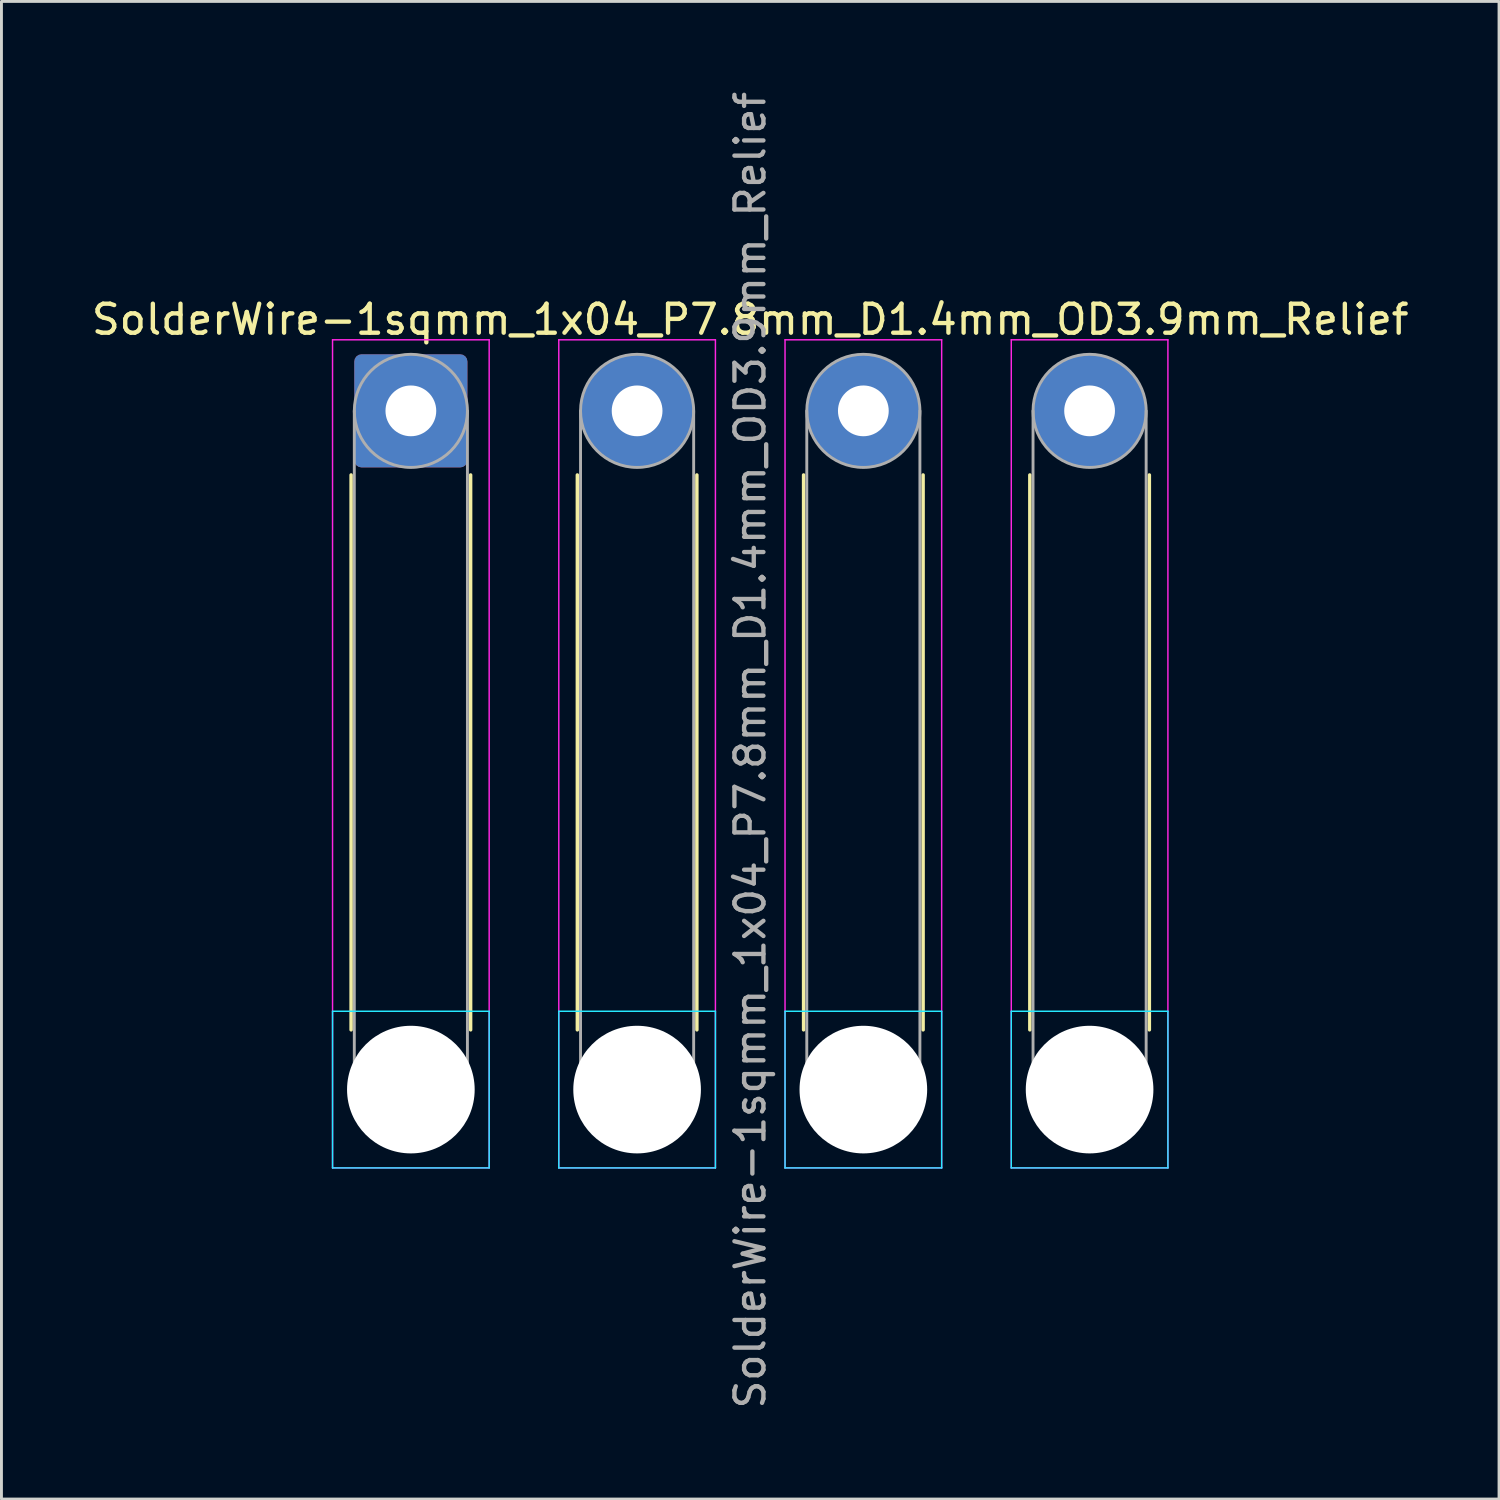
<source format=kicad_pcb>
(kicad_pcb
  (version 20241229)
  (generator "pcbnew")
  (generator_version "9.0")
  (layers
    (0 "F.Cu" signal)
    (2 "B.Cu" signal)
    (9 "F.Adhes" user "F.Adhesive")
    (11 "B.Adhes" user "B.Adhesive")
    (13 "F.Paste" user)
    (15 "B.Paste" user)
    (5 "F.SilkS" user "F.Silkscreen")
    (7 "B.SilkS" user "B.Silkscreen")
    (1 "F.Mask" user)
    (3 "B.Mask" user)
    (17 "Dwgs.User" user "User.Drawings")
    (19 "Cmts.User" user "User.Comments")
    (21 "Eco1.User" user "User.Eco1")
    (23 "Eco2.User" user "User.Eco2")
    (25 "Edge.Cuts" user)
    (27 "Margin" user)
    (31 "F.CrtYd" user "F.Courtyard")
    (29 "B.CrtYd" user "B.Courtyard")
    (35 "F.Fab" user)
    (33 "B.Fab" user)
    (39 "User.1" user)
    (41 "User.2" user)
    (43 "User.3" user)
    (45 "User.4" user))
  (footprint "SolderWire-1sqmm_1x04_P7.8mm_D1.4mm_OD3.9mm_Relief"
    (layer "F.Cu")
    (at 11.115 11.115)
    (property "Reference" "SolderWire-1sqmm_1x04_P7.8mm_D1.4mm_OD3.9mm_Relief" (at 11.7 -3.15 0) (layer "F.SilkS") (effects (font (size 1 1) (thickness 0.15))))
    (attr exclude_from_pos_files exclude_from_bom)
    (fp_line (start -2.06 2.21) (end -2.06 21.34) (stroke (width 0.12) (type solid)) (layer "F.SilkS"))
    (fp_line (start 2.06 2.21) (end 2.06 21.34) (stroke (width 0.12) (type solid)) (layer "F.SilkS"))
    (fp_line (start 5.74 2.21) (end 5.74 21.34) (stroke (width 0.12) (type solid)) (layer "F.SilkS"))
    (fp_line (start 9.86 2.21) (end 9.86 21.34) (stroke (width 0.12) (type solid)) (layer "F.SilkS"))
    (fp_line (start 13.54 2.21) (end 13.54 21.34) (stroke (width 0.12) (type solid)) (layer "F.SilkS"))
    (fp_line (start 17.66 2.21) (end 17.66 21.34) (stroke (width 0.12) (type solid)) (layer "F.SilkS"))
    (fp_line (start 21.34 2.21) (end 21.34 21.34) (stroke (width 0.12) (type solid)) (layer "F.SilkS"))
    (fp_line (start 25.46 2.21) (end 25.46 21.34) (stroke (width 0.12) (type solid)) (layer "F.SilkS"))
    (fp_line (start -2.7 20.7) (end -2.7 26.1) (stroke (width 0.05) (type solid)) (layer "B.CrtYd"))
    (fp_line (start -2.7 26.1) (end 2.7 26.1) (stroke (width 0.05) (type solid)) (layer "B.CrtYd"))
    (fp_line (start 2.7 20.7) (end -2.7 20.7) (stroke (width 0.05) (type solid)) (layer "B.CrtYd"))
    (fp_line (start 2.7 26.1) (end 2.7 20.7) (stroke (width 0.05) (type solid)) (layer "B.CrtYd"))
    (fp_line (start 5.1 20.7) (end 5.1 26.1) (stroke (width 0.05) (type solid)) (layer "B.CrtYd"))
    (fp_line (start 5.1 26.1) (end 10.5 26.1) (stroke (width 0.05) (type solid)) (layer "B.CrtYd"))
    (fp_line (start 10.5 20.7) (end 5.1 20.7) (stroke (width 0.05) (type solid)) (layer "B.CrtYd"))
    (fp_line (start 10.5 26.1) (end 10.5 20.7) (stroke (width 0.05) (type solid)) (layer "B.CrtYd"))
    (fp_line (start 12.9 20.7) (end 12.9 26.1) (stroke (width 0.05) (type solid)) (layer "B.CrtYd"))
    (fp_line (start 12.9 26.1) (end 18.3 26.1) (stroke (width 0.05) (type solid)) (layer "B.CrtYd"))
    (fp_line (start 18.3 20.7) (end 12.9 20.7) (stroke (width 0.05) (type solid)) (layer "B.CrtYd"))
    (fp_line (start 18.3 26.1) (end 18.3 20.7) (stroke (width 0.05) (type solid)) (layer "B.CrtYd"))
    (fp_line (start 20.7 20.7) (end 20.7 26.1) (stroke (width 0.05) (type solid)) (layer "B.CrtYd"))
    (fp_line (start 20.7 26.1) (end 26.1 26.1) (stroke (width 0.05) (type solid)) (layer "B.CrtYd"))
    (fp_line (start 26.1 20.7) (end 20.7 20.7) (stroke (width 0.05) (type solid)) (layer "B.CrtYd"))
    (fp_line (start 26.1 26.1) (end 26.1 20.7) (stroke (width 0.05) (type solid)) (layer "B.CrtYd"))
    (fp_line (start -2.7 -2.45) (end -2.7 26.1) (stroke (width 0.05) (type solid)) (layer "F.CrtYd"))
    (fp_line (start -2.7 26.1) (end 2.7 26.1) (stroke (width 0.05) (type solid)) (layer "F.CrtYd"))
    (fp_line (start 2.7 -2.45) (end -2.7 -2.45) (stroke (width 0.05) (type solid)) (layer "F.CrtYd"))
    (fp_line (start 2.7 26.1) (end 2.7 -2.45) (stroke (width 0.05) (type solid)) (layer "F.CrtYd"))
    (fp_line (start 5.1 -2.45) (end 5.1 26.1) (stroke (width 0.05) (type solid)) (layer "F.CrtYd"))
    (fp_line (start 5.1 26.1) (end 10.5 26.1) (stroke (width 0.05) (type solid)) (layer "F.CrtYd"))
    (fp_line (start 10.5 -2.45) (end 5.1 -2.45) (stroke (width 0.05) (type solid)) (layer "F.CrtYd"))
    (fp_line (start 10.5 26.1) (end 10.5 -2.45) (stroke (width 0.05) (type solid)) (layer "F.CrtYd"))
    (fp_line (start 12.9 -2.45) (end 12.9 26.1) (stroke (width 0.05) (type solid)) (layer "F.CrtYd"))
    (fp_line (start 12.9 26.1) (end 18.3 26.1) (stroke (width 0.05) (type solid)) (layer "F.CrtYd"))
    (fp_line (start 18.3 -2.45) (end 12.9 -2.45) (stroke (width 0.05) (type solid)) (layer "F.CrtYd"))
    (fp_line (start 18.3 26.1) (end 18.3 -2.45) (stroke (width 0.05) (type solid)) (layer "F.CrtYd"))
    (fp_line (start 20.7 -2.45) (end 20.7 26.1) (stroke (width 0.05) (type solid)) (layer "F.CrtYd"))
    (fp_line (start 20.7 26.1) (end 26.1 26.1) (stroke (width 0.05) (type solid)) (layer "F.CrtYd"))
    (fp_line (start 26.1 -2.45) (end 20.7 -2.45) (stroke (width 0.05) (type solid)) (layer "F.CrtYd"))
    (fp_line (start 26.1 26.1) (end 26.1 -2.45) (stroke (width 0.05) (type solid)) (layer "F.CrtYd"))
    (fp_line (start -1.95 0) (end -1.95 23.4) (stroke (width 0.1) (type solid)) (layer "F.Fab"))
    (fp_line (start 1.95 0) (end 1.95 23.4) (stroke (width 0.1) (type solid)) (layer "F.Fab"))
    (fp_line (start 5.85 0) (end 5.85 23.4) (stroke (width 0.1) (type solid)) (layer "F.Fab"))
    (fp_line (start 9.75 0) (end 9.75 23.4) (stroke (width 0.1) (type solid)) (layer "F.Fab"))
    (fp_line (start 13.65 0) (end 13.65 23.4) (stroke (width 0.1) (type solid)) (layer "F.Fab"))
    (fp_line (start 17.55 0) (end 17.55 23.4) (stroke (width 0.1) (type solid)) (layer "F.Fab"))
    (fp_line (start 21.45 0) (end 21.45 23.4) (stroke (width 0.1) (type solid)) (layer "F.Fab"))
    (fp_line (start 25.35 0) (end 25.35 23.4) (stroke (width 0.1) (type solid)) (layer "F.Fab"))
    (fp_circle (center 0 0) (end 1.95 0) (stroke (width 0.1) (type solid)) (fill no) (layer "F.Fab"))
    (fp_circle (center 0 23.4) (end 1.95 23.4) (stroke (width 0.1) (type solid)) (fill no) (layer "F.Fab"))
    (fp_circle (center 7.8 0) (end 9.75 0) (stroke (width 0.1) (type solid)) (fill no) (layer "F.Fab"))
    (fp_circle (center 7.8 23.4) (end 9.75 23.4) (stroke (width 0.1) (type solid)) (fill no) (layer "F.Fab"))
    (fp_circle (center 15.6 0) (end 17.55 0) (stroke (width 0.1) (type solid)) (fill no) (layer "F.Fab"))
    (fp_circle (center 15.6 23.4) (end 17.55 23.4) (stroke (width 0.1) (type solid)) (fill no) (layer "F.Fab"))
    (fp_circle (center 23.4 0) (end 25.35 0) (stroke (width 0.1) (type solid)) (fill no) (layer "F.Fab"))
    (fp_circle (center 23.4 23.4) (end 25.35 23.4) (stroke (width 0.1) (type solid)) (fill no) (layer "F.Fab"))
    (fp_text user "${REFERENCE}" (at 11.7 11.7 90) (layer "F.Fab") (effects (font (size 1 1) (thickness 0.15))))
    (pad "" np_thru_hole circle (at 0 23.4) (size 4.4 4.4) (drill 4.4) (layers "*.Cu" "*.Mask"))
    (pad "" np_thru_hole circle (at 7.8 23.4) (size 4.4 4.4) (drill 4.4) (layers "*.Cu" "*.Mask"))
    (pad "" np_thru_hole circle (at 15.6 23.4) (size 4.4 4.4) (drill 4.4) (layers "*.Cu" "*.Mask"))
    (pad "" np_thru_hole circle (at 23.4 23.4) (size 4.4 4.4) (drill 4.4) (layers "*.Cu" "*.Mask"))
    (pad "1" thru_hole roundrect (at 0 0) (size 3.9 3.9) (drill 1.75) (layers "*.Cu" "*.Mask") (roundrect_rratio 0.064))
    (pad "2" thru_hole circle (at 7.8 0) (size 3.9 3.9) (drill 1.75) (layers "*.Cu" "*.Mask"))
    (pad "3" thru_hole circle (at 15.6 0) (size 3.9 3.9) (drill 1.75) (layers "*.Cu" "*.Mask"))
    (pad "4" thru_hole circle (at 23.4 0) (size 3.9 3.9) (drill 1.75) (layers "*.Cu" "*.Mask")))
  (gr_rect
    (start -3 -3)
    (end 48.631 48.631)
    (stroke (width 0.1) (type default))
    (fill no)
    (layer "Edge.Cuts")))
</source>
